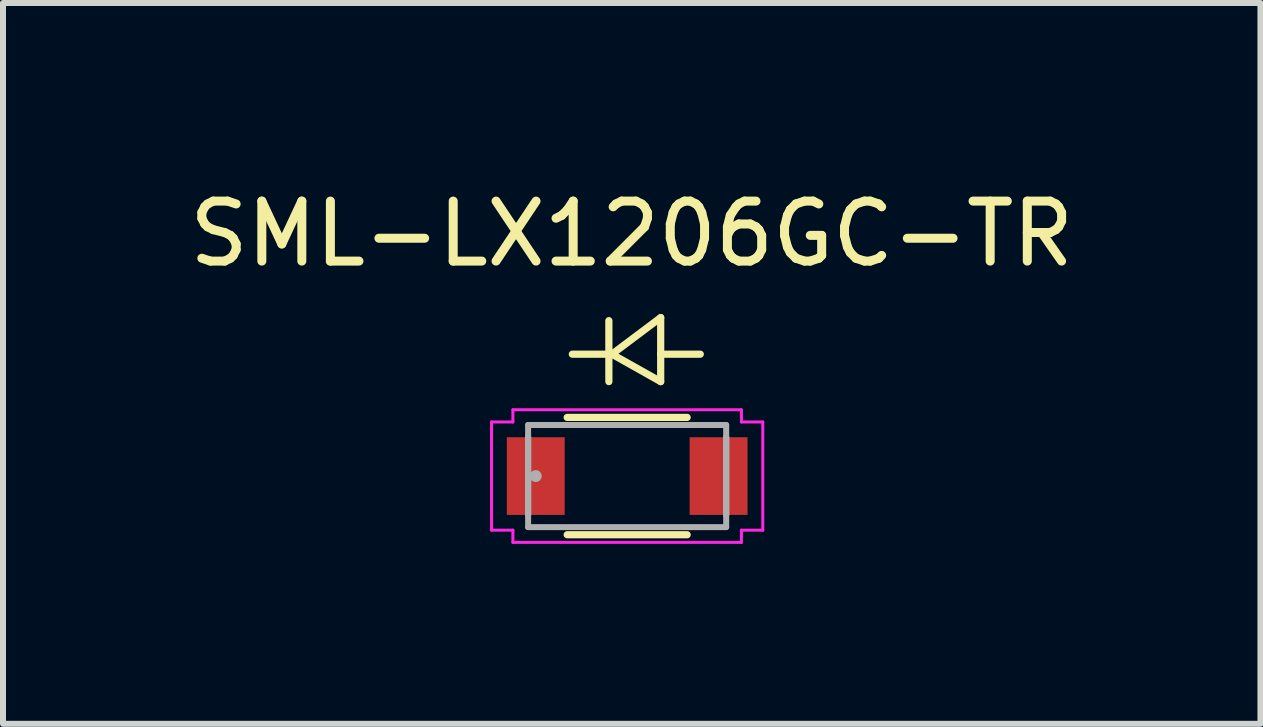
<source format=kicad_pcb>
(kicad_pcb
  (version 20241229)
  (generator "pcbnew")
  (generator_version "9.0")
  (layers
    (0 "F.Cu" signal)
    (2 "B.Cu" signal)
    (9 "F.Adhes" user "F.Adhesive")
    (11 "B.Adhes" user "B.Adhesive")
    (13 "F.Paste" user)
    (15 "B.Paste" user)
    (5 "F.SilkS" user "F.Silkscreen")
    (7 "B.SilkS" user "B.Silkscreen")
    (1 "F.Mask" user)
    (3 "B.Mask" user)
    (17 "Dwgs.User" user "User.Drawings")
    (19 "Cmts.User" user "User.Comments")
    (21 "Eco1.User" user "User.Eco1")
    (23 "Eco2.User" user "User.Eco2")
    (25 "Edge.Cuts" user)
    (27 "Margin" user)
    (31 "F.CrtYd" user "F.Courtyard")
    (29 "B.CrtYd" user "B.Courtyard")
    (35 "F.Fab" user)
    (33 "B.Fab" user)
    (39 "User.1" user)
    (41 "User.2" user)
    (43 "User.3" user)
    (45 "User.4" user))
  (footprint "SML-LX1206GC-TR"
    (layer "F.Cu")
    (at 7.406 4.887)
    (property "Reference" "SML-LX1206GC-TR" (at 0.076 -4.039 0) (layer "F.SilkS") (effects (font (size 1 1) (thickness 0.15))))
    (attr through_hole)
    (fp_line (start -1 0.978) (end 1 0.978) (stroke (width 0.12) (type solid)) (layer "F.SilkS"))
    (fp_line (start -0.305 -2.591) (end -0.305 -1.575) (stroke (width 0.12) (type solid)) (layer "F.SilkS"))
    (fp_line (start -0.254 -2.032) (end -0.914 -2.032) (stroke (width 0.12) (type solid)) (layer "F.SilkS"))
    (fp_line (start 0.559 -2.642) (end -0.254 -2.032) (stroke (width 0.12) (type solid)) (layer "F.SilkS"))
    (fp_line (start 0.559 -2.032) (end 0.559 -2.642) (stroke (width 0.12) (type solid)) (layer "F.SilkS"))
    (fp_line (start 0.559 -2.032) (end 0.559 -1.575) (stroke (width 0.12) (type solid)) (layer "F.SilkS"))
    (fp_line (start 0.559 -1.575) (end -0.254 -2.032) (stroke (width 0.12) (type solid)) (layer "F.SilkS"))
    (fp_line (start 1 -0.978) (end -1 -0.978) (stroke (width 0.12) (type solid)) (layer "F.SilkS"))
    (fp_line (start 1.219 -2.032) (end 0.559 -2.032) (stroke (width 0.12) (type solid)) (layer "F.SilkS"))
    (fp_line (start -2.261 -0.902) (end -1.905 -0.902) (stroke (width 0.05) (type solid)) (layer "F.CrtYd"))
    (fp_line (start -2.261 0.902) (end -2.261 -0.902) (stroke (width 0.05) (type solid)) (layer "F.CrtYd"))
    (fp_line (start -1.905 -1.105) (end 1.905 -1.105) (stroke (width 0.05) (type solid)) (layer "F.CrtYd"))
    (fp_line (start -1.905 -0.902) (end -1.905 -1.105) (stroke (width 0.05) (type solid)) (layer "F.CrtYd"))
    (fp_line (start -1.905 0.902) (end -2.261 0.902) (stroke (width 0.05) (type solid)) (layer "F.CrtYd"))
    (fp_line (start -1.905 1.105) (end -1.905 0.902) (stroke (width 0.05) (type solid)) (layer "F.CrtYd"))
    (fp_line (start 1.905 -1.105) (end 1.905 -0.902) (stroke (width 0.05) (type solid)) (layer "F.CrtYd"))
    (fp_line (start 1.905 -0.902) (end 2.261 -0.902) (stroke (width 0.05) (type solid)) (layer "F.CrtYd"))
    (fp_line (start 1.905 0.902) (end 1.905 1.105) (stroke (width 0.05) (type solid)) (layer "F.CrtYd"))
    (fp_line (start 1.905 1.105) (end -1.905 1.105) (stroke (width 0.05) (type solid)) (layer "F.CrtYd"))
    (fp_line (start 2.261 -0.902) (end 2.261 0.902) (stroke (width 0.05) (type solid)) (layer "F.CrtYd"))
    (fp_line (start 2.261 0.902) (end 1.905 0.902) (stroke (width 0.05) (type solid)) (layer "F.CrtYd"))
    (fp_line (start -1.651 -0.851) (end -1.651 0.851) (stroke (width 0.1) (type solid)) (layer "F.Fab"))
    (fp_line (start -1.651 -0.648) (end -1.651 -0.648) (stroke (width 0.1) (type solid)) (layer "F.Fab"))
    (fp_line (start -1.651 -0.648) (end -1.651 0.648) (stroke (width 0.1) (type solid)) (layer "F.Fab"))
    (fp_line (start -1.651 0.648) (end -1.651 -0.648) (stroke (width 0.1) (type solid)) (layer "F.Fab"))
    (fp_line (start -1.651 0.648) (end -1.651 0.648) (stroke (width 0.1) (type solid)) (layer "F.Fab"))
    (fp_line (start -1.651 0.851) (end 1.651 0.851) (stroke (width 0.1) (type solid)) (layer "F.Fab"))
    (fp_line (start 1.651 -0.851) (end -1.651 -0.851) (stroke (width 0.1) (type solid)) (layer "F.Fab"))
    (fp_line (start 1.651 -0.648) (end 1.651 -0.648) (stroke (width 0.1) (type solid)) (layer "F.Fab"))
    (fp_line (start 1.651 -0.648) (end 1.651 0.648) (stroke (width 0.1) (type solid)) (layer "F.Fab"))
    (fp_line (start 1.651 0.648) (end 1.651 -0.648) (stroke (width 0.1) (type solid)) (layer "F.Fab"))
    (fp_line (start 1.651 0.648) (end 1.651 0.648) (stroke (width 0.1) (type solid)) (layer "F.Fab"))
    (fp_line (start 1.651 0.851) (end 1.651 -0.851) (stroke (width 0.1) (type solid)) (layer "F.Fab"))
    (fp_circle (center -1.524 0) (end -1.524 0) (stroke (width 0.1) (type solid)) (fill no) (layer "F.Fab"))
    (pad "1" smd rect (at -1.524 0) (size 0.965 1.295) (layers "F.Cu" "F.Mask" "F.Paste"))
    (pad "2" smd rect (at 1.524 0) (size 0.965 1.295) (layers "F.Cu" "F.Mask" "F.Paste")))
  (gr_rect
    (start -3 -3)
    (end 17.964 9.017)
    (stroke (width 0.1) (type default))
    (fill no)
    (layer "Edge.Cuts")))
</source>
